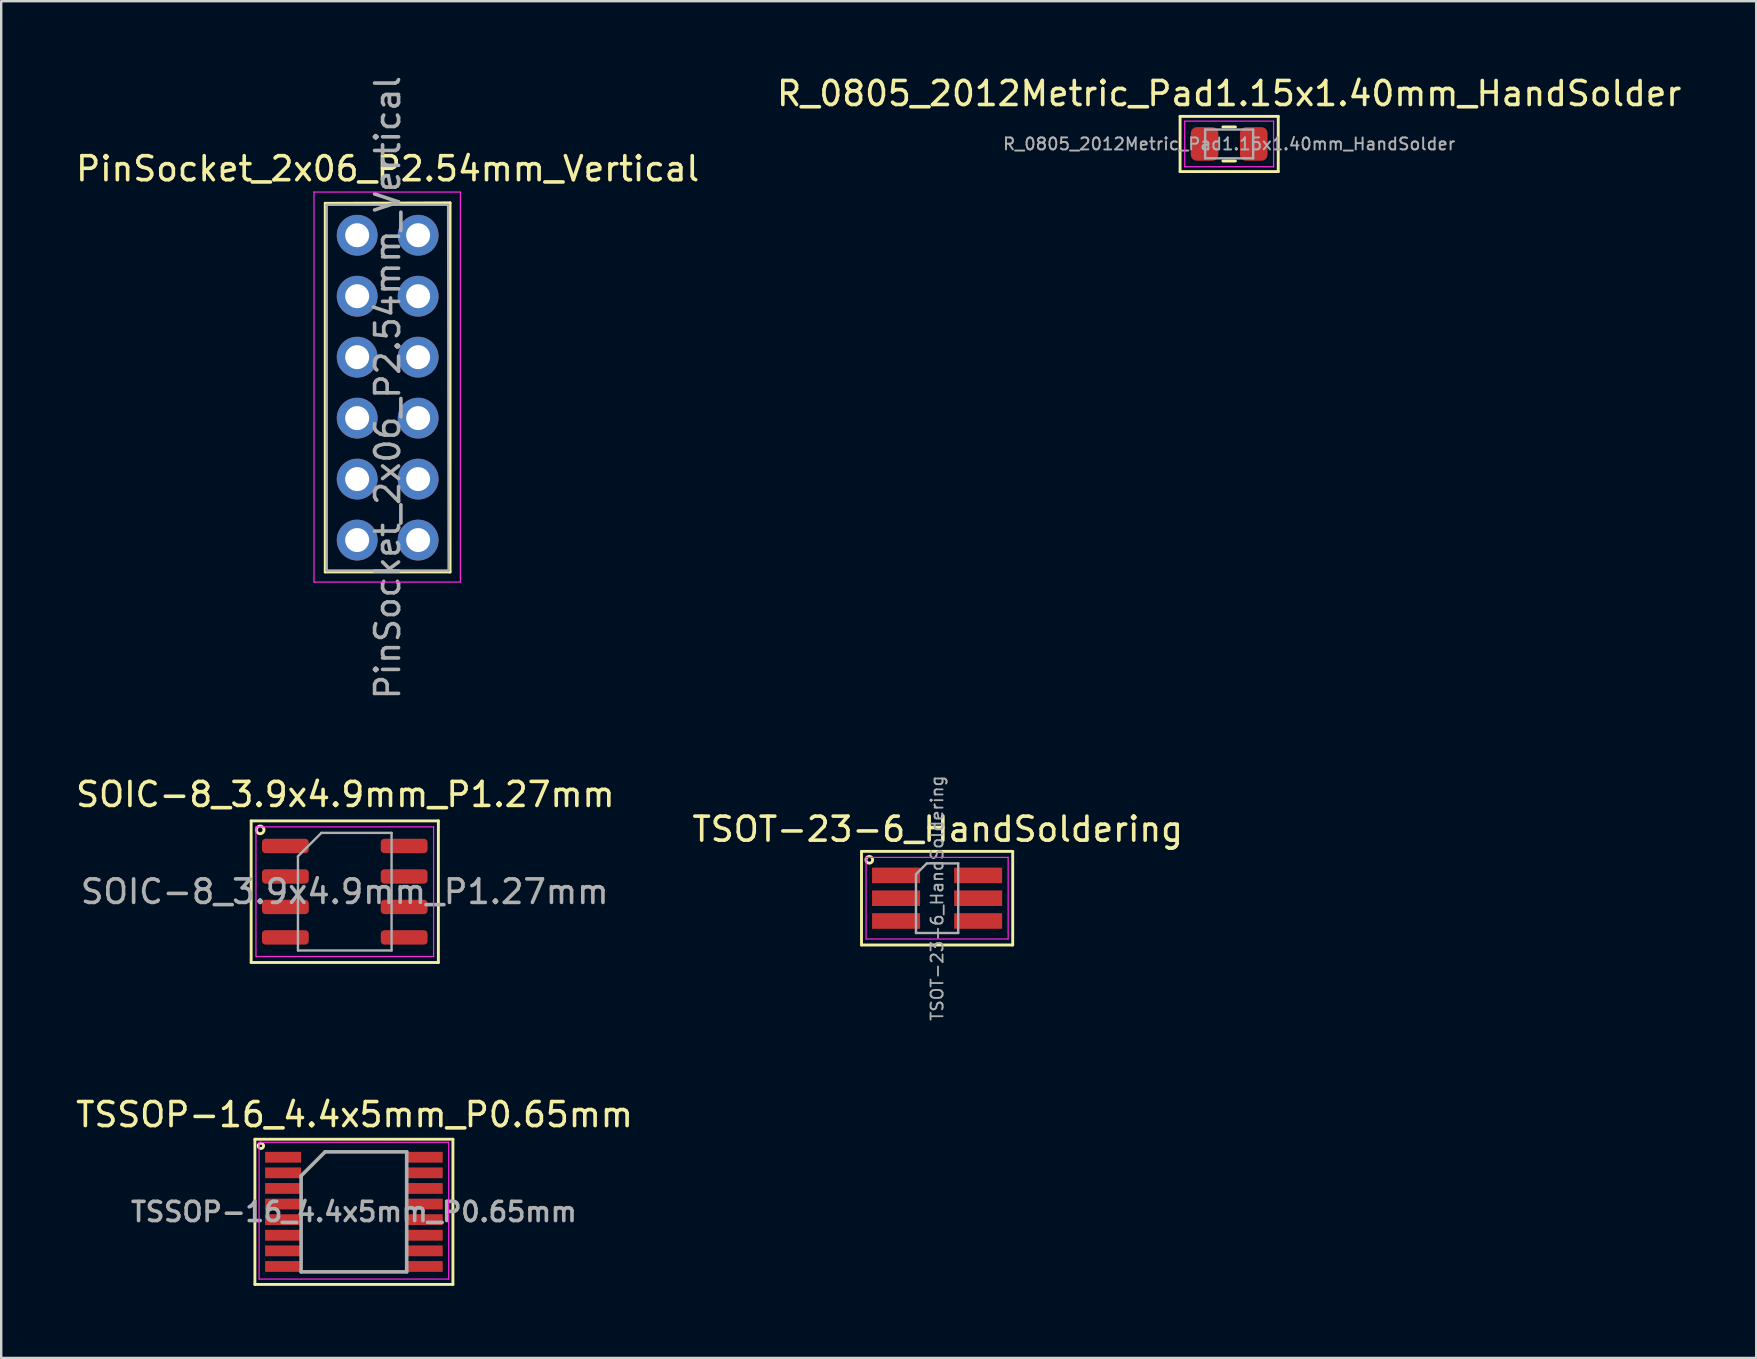
<source format=kicad_pcb>
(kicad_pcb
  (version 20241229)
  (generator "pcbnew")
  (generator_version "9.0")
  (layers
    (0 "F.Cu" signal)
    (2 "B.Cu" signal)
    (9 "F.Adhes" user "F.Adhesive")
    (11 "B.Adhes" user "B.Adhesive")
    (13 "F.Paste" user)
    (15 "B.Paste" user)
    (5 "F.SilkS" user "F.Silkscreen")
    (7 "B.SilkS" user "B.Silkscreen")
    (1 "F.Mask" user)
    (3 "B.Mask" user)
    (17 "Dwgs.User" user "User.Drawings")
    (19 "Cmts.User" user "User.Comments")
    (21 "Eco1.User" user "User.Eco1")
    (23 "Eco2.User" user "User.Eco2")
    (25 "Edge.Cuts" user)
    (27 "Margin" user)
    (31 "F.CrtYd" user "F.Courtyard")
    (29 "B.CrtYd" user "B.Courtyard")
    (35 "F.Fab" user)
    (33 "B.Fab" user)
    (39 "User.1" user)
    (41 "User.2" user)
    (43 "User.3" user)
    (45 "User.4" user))
  (footprint "TSOT-23-6_HandSoldering"
    (layer "F.Cu")
    (at 35.993 34.372)
    (property "Reference" "TSOT-23-6_HandSoldering" (at 0.025 -2.875 0) (layer "F.SilkS") (effects (font (size 1 1) (thickness 0.15))))
    (attr smd)
    (fp_line (start -3.15 -1.95) (end -3.15 1.95) (stroke (width 0.12) (type solid)) (layer "F.SilkS"))
    (fp_line (start -3.15 -1.95) (end 3.15 -1.95) (stroke (width 0.12) (type solid)) (layer "F.SilkS"))
    (fp_line (start -3.15 1.95) (end 3.15 1.95) (stroke (width 0.12) (type solid)) (layer "F.SilkS"))
    (fp_line (start 3.15 -1.95) (end 3.15 1.95) (stroke (width 0.12) (type solid)) (layer "F.SilkS"))
    (fp_circle (center -2.825 -1.6) (end -2.725 -1.5) (stroke (width 0.12) (type solid)) (fill no) (layer "F.SilkS"))
    (fp_line (start -2.96 -1.7) (end -2.96 1.7) (stroke (width 0.05) (type solid)) (layer "F.CrtYd"))
    (fp_line (start -2.96 -1.7) (end 2.96 -1.7) (stroke (width 0.05) (type solid)) (layer "F.CrtYd"))
    (fp_line (start 2.96 1.7) (end -2.96 1.7) (stroke (width 0.05) (type solid)) (layer "F.CrtYd"))
    (fp_line (start 2.96 1.7) (end 2.96 -1.7) (stroke (width 0.05) (type solid)) (layer "F.CrtYd"))
    (fp_line (start -0.88 -1) (end -0.88 1.45) (stroke (width 0.1) (type solid)) (layer "F.Fab"))
    (fp_line (start -0.88 -1) (end -0.43 -1.45) (stroke (width 0.1) (type solid)) (layer "F.Fab"))
    (fp_line (start 0.88 -1.45) (end -0.43 -1.45) (stroke (width 0.1) (type solid)) (layer "F.Fab"))
    (fp_line (start 0.88 -1.45) (end 0.88 1.45) (stroke (width 0.1) (type solid)) (layer "F.Fab"))
    (fp_line (start 0.88 1.45) (end -0.88 1.45) (stroke (width 0.1) (type solid)) (layer "F.Fab"))
    (fp_text user "${REFERENCE}" (at 0 0 90) (layer "F.Fab") (effects (font (size 0.5 0.5) (thickness 0.075))))
    (pad "1" smd rect (at -1.71 -0.95) (size 2 0.65) (layers "F.Cu" "F.Mask" "F.Paste"))
    (pad "2" smd rect (at -1.71 0) (size 2 0.65) (layers "F.Cu" "F.Mask" "F.Paste"))
    (pad "3" smd rect (at -1.71 0.95) (size 2 0.65) (layers "F.Cu" "F.Mask" "F.Paste"))
    (pad "4" smd rect (at 1.71 0.95) (size 2 0.65) (layers "F.Cu" "F.Mask" "F.Paste"))
    (pad "5" smd rect (at 1.71 0) (size 2 0.65) (layers "F.Cu" "F.Mask" "F.Paste"))
    (pad "6" smd rect (at 1.71 -0.95) (size 2 0.65) (layers "F.Cu" "F.Mask" "F.Paste")))
  (footprint "TSSOP-16_4.4x5mm_P0.65mm"
    (layer "F.Cu")
    (at 11.695 47.44)
    (property "Reference" "TSSOP-16_4.4x5mm_P0.65mm" (at 0.025 -4.05 0) (layer "F.SilkS") (effects (font (size 1 1) (thickness 0.15))))
    (attr smd)
    (fp_line (start -4.125 -3.025) (end -4.125 3.025) (stroke (width 0.12) (type solid)) (layer "F.SilkS"))
    (fp_line (start -4.125 -3.025) (end 4.125 -3.025) (stroke (width 0.12) (type solid)) (layer "F.SilkS"))
    (fp_line (start -4.125 3.025) (end 4.125 3.025) (stroke (width 0.12) (type solid)) (layer "F.SilkS"))
    (fp_line (start 4.125 -3.025) (end 4.125 3.025) (stroke (width 0.12) (type solid)) (layer "F.SilkS"))
    (fp_circle (center -3.875 -2.75) (end -3.825 -2.65) (stroke (width 0.12) (type solid)) (fill no) (layer "F.SilkS"))
    (fp_line (start -3.95 -2.9) (end -3.95 2.8) (stroke (width 0.05) (type solid)) (layer "F.CrtYd"))
    (fp_line (start -3.95 -2.9) (end 3.95 -2.9) (stroke (width 0.05) (type solid)) (layer "F.CrtYd"))
    (fp_line (start -3.95 2.8) (end 3.95 2.8) (stroke (width 0.05) (type solid)) (layer "F.CrtYd"))
    (fp_line (start 3.95 -2.9) (end 3.95 2.8) (stroke (width 0.05) (type solid)) (layer "F.CrtYd"))
    (fp_line (start -2.2 -1.5) (end -1.2 -2.5) (stroke (width 0.15) (type solid)) (layer "F.Fab"))
    (fp_line (start -2.2 2.5) (end -2.2 -1.5) (stroke (width 0.15) (type solid)) (layer "F.Fab"))
    (fp_line (start -1.2 -2.5) (end 2.2 -2.5) (stroke (width 0.15) (type solid)) (layer "F.Fab"))
    (fp_line (start 2.2 -2.5) (end 2.2 2.5) (stroke (width 0.15) (type solid)) (layer "F.Fab"))
    (fp_line (start 2.2 2.5) (end -2.2 2.5) (stroke (width 0.15) (type solid)) (layer "F.Fab"))
    (fp_text user "${REFERENCE}" (at 0 0 0) (layer "F.Fab") (effects (font (size 0.8 0.8) (thickness 0.15))))
    (pad "1" smd rect (at -2.95 -2.275) (size 1.5 0.45) (layers "F.Cu" "F.Mask" "F.Paste"))
    (pad "2" smd rect (at -2.95 -1.625) (size 1.5 0.45) (layers "F.Cu" "F.Mask" "F.Paste"))
    (pad "3" smd rect (at -2.95 -0.975) (size 1.5 0.45) (layers "F.Cu" "F.Mask" "F.Paste"))
    (pad "4" smd rect (at -2.95 -0.325) (size 1.5 0.45) (layers "F.Cu" "F.Mask" "F.Paste"))
    (pad "5" smd rect (at -2.95 0.325) (size 1.5 0.45) (layers "F.Cu" "F.Mask" "F.Paste"))
    (pad "6" smd rect (at -2.95 0.975) (size 1.5 0.45) (layers "F.Cu" "F.Mask" "F.Paste"))
    (pad "7" smd rect (at -2.95 1.625) (size 1.5 0.45) (layers "F.Cu" "F.Mask" "F.Paste"))
    (pad "8" smd rect (at -2.95 2.275) (size 1.5 0.45) (layers "F.Cu" "F.Mask" "F.Paste"))
    (pad "9" smd rect (at 2.95 2.275) (size 1.5 0.45) (layers "F.Cu" "F.Mask" "F.Paste"))
    (pad "10" smd rect (at 2.95 1.625) (size 1.5 0.45) (layers "F.Cu" "F.Mask" "F.Paste"))
    (pad "11" smd rect (at 2.95 0.975) (size 1.5 0.45) (layers "F.Cu" "F.Mask" "F.Paste"))
    (pad "12" smd rect (at 2.95 0.325) (size 1.5 0.45) (layers "F.Cu" "F.Mask" "F.Paste"))
    (pad "13" smd rect (at 2.95 -0.325) (size 1.5 0.45) (layers "F.Cu" "F.Mask" "F.Paste"))
    (pad "14" smd rect (at 2.95 -0.975) (size 1.5 0.45) (layers "F.Cu" "F.Mask" "F.Paste"))
    (pad "15" smd rect (at 2.95 -1.625) (size 1.5 0.45) (layers "F.Cu" "F.Mask" "F.Paste"))
    (pad "16" smd rect (at 2.95 -2.275) (size 1.5 0.45) (layers "F.Cu" "F.Mask" "F.Paste")))
  (footprint "PinSocket_2x06_P2.54mm_Vertical"
    (layer "F.Cu")
    (at 14.371 6.751)
    (property "Reference" "PinSocket_2x06_P2.54mm_Vertical" (at -1.27 -2.77 0) (layer "F.SilkS") (effects (font (size 1 1) (thickness 0.15))))
    (attr through_hole)
    (fp_line (start -3.87 -1.33) (end -3.87 14.03) (stroke (width 0.12) (type solid)) (layer "F.SilkS"))
    (fp_line (start -3.87 -1.33) (end 1.33 -1.35) (stroke (width 0.12) (type solid)) (layer "F.SilkS"))
    (fp_line (start -3.87 14.03) (end 1.33 14.03) (stroke (width 0.12) (type solid)) (layer "F.SilkS"))
    (fp_line (start 1.33 -1.35) (end 1.33 14.03) (stroke (width 0.12) (type solid)) (layer "F.SilkS"))
    (fp_line (start -4.34 -1.8) (end 1.76 -1.8) (stroke (width 0.05) (type solid)) (layer "F.CrtYd"))
    (fp_line (start -4.34 14.45) (end -4.34 -1.8) (stroke (width 0.05) (type solid)) (layer "F.CrtYd"))
    (fp_line (start 1.76 -1.8) (end 1.76 14.45) (stroke (width 0.05) (type solid)) (layer "F.CrtYd"))
    (fp_line (start 1.76 14.45) (end -4.34 14.45) (stroke (width 0.05) (type solid)) (layer "F.CrtYd"))
    (fp_line (start -3.81 -1.27) (end 1.25 -1.27) (stroke (width 0.1) (type solid)) (layer "F.Fab"))
    (fp_line (start -3.81 13.97) (end -3.81 -1.27) (stroke (width 0.1) (type solid)) (layer "F.Fab"))
    (fp_line (start 1.25 -1.27) (end 1.27 13.97) (stroke (width 0.1) (type solid)) (layer "F.Fab"))
    (fp_line (start 1.27 13.97) (end -3.81 13.97) (stroke (width 0.1) (type solid)) (layer "F.Fab"))
    (fp_text user "${REFERENCE}" (at -1.27 6.35 90) (layer "F.Fab") (effects (font (size 1 1) (thickness 0.15))))
    (pad "1" thru_hole circle (at -2.54 0) (size 1.7 1.7) (drill 1) (layers "*.Cu" "*.Mask"))
    (pad "2" thru_hole circle (at -2.54 2.54) (size 1.7 1.7) (drill 1) (layers "*.Cu" "*.Mask"))
    (pad "3" thru_hole circle (at -2.54 5.08) (size 1.7 1.7) (drill 1) (layers "*.Cu" "*.Mask"))
    (pad "4" thru_hole circle (at -2.54 7.62) (size 1.7 1.7) (drill 1) (layers "*.Cu" "*.Mask"))
    (pad "5" thru_hole circle (at -2.54 10.16) (size 1.7 1.7) (drill 1) (layers "*.Cu" "*.Mask"))
    (pad "6" thru_hole circle (at -2.54 12.7) (size 1.7 1.7) (drill 1) (layers "*.Cu" "*.Mask"))
    (pad "7" thru_hole oval (at 0 12.7) (size 1.7 1.7) (drill 1) (layers "*.Cu" "*.Mask"))
    (pad "8" thru_hole oval (at 0 10.16) (size 1.7 1.7) (drill 1) (layers "*.Cu" "*.Mask"))
    (pad "9" thru_hole oval (at 0 7.62) (size 1.7 1.7) (drill 1) (layers "*.Cu" "*.Mask"))
    (pad "10" thru_hole oval (at 0 5.08) (size 1.7 1.7) (drill 1) (layers "*.Cu" "*.Mask"))
    (pad "11" thru_hole oval (at 0 2.54) (size 1.7 1.7) (drill 1) (layers "*.Cu" "*.Mask"))
    (pad "12" thru_hole circle (at 0 0) (size 1.7 1.7) (drill 1) (layers "*.Cu" "*.Mask")))
  (footprint "R_0805_2012Metric_Pad1.15x1.40mm_HandSolder"
    (layer "F.Cu")
    (at 48.161 2.948)
    (property "Reference" "R_0805_2012Metric_Pad1.15x1.40mm_HandSolder" (at 0 -2.1 0) (layer "F.SilkS") (effects (font (size 1 1) (thickness 0.15))))
    (attr smd)
    (fp_line (start -2.045 -1.15) (end -2.045 1.15) (stroke (width 0.12) (type solid)) (layer "F.SilkS"))
    (fp_line (start -2.045 -1.15) (end 2.045 -1.15) (stroke (width 0.12) (type solid)) (layer "F.SilkS"))
    (fp_line (start -2.045 1.15) (end 2.045 1.15) (stroke (width 0.12) (type solid)) (layer "F.SilkS"))
    (fp_line (start -0.261 -0.71) (end 0.261 -0.71) (stroke (width 0.12) (type solid)) (layer "F.SilkS"))
    (fp_line (start -0.261 0.71) (end 0.261 0.71) (stroke (width 0.12) (type solid)) (layer "F.SilkS"))
    (fp_line (start 2.045 -1.15) (end 2.045 1.15) (stroke (width 0.12) (type solid)) (layer "F.SilkS"))
    (fp_line (start -1.85 -0.95) (end 1.85 -0.95) (stroke (width 0.05) (type solid)) (layer "F.CrtYd"))
    (fp_line (start -1.85 0.95) (end -1.85 -0.95) (stroke (width 0.05) (type solid)) (layer "F.CrtYd"))
    (fp_line (start 1.85 -0.95) (end 1.85 0.95) (stroke (width 0.05) (type solid)) (layer "F.CrtYd"))
    (fp_line (start 1.85 0.95) (end -1.85 0.95) (stroke (width 0.05) (type solid)) (layer "F.CrtYd"))
    (fp_line (start -1 -0.6) (end 1 -0.6) (stroke (width 0.1) (type solid)) (layer "F.Fab"))
    (fp_line (start -1 0.6) (end -1 -0.6) (stroke (width 0.1) (type solid)) (layer "F.Fab"))
    (fp_line (start 1 -0.6) (end 1 0.6) (stroke (width 0.1) (type solid)) (layer "F.Fab"))
    (fp_line (start 1 0.6) (end -1 0.6) (stroke (width 0.1) (type solid)) (layer "F.Fab"))
    (fp_text user "${REFERENCE}" (at 0 0 0) (layer "F.Fab") (effects (font (size 0.5 0.5) (thickness 0.08))))
    (pad "1" smd roundrect (at -1.025 0) (size 1.15 1.4) (layers "F.Cu" "F.Mask" "F.Paste") (roundrect_rratio 0.217))
    (pad "2" smd roundrect (at 1.025 0) (size 1.15 1.4) (layers "F.Cu" "F.Mask" "F.Paste") (roundrect_rratio 0.217)))
  (footprint "SOIC-8_3.9x4.9mm_P1.27mm"
    (layer "F.Cu")
    (at 11.314 34.101)
    (property "Reference" "SOIC-8_3.9x4.9mm_P1.27mm" (at 0.025 -4.05 0) (layer "F.SilkS") (effects (font (size 1 1) (thickness 0.15))))
    (attr smd)
    (fp_line (start -3.9 -2.95) (end -3.9 2.95) (stroke (width 0.12) (type solid)) (layer "F.SilkS"))
    (fp_line (start -3.9 2.95) (end 3.9 2.95) (stroke (width 0.12) (type solid)) (layer "F.SilkS"))
    (fp_line (start 3.9 -2.95) (end -3.9 -2.95) (stroke (width 0.12) (type solid)) (layer "F.SilkS"))
    (fp_line (start 3.9 -2.95) (end 3.9 2.95) (stroke (width 0.12) (type solid)) (layer "F.SilkS"))
    (fp_circle (center -3.525 -2.575) (end -3.425 -2.45) (stroke (width 0.12) (type solid)) (fill no) (layer "F.SilkS"))
    (fp_line (start -3.7 -2.7) (end -3.7 2.7) (stroke (width 0.05) (type solid)) (layer "F.CrtYd"))
    (fp_line (start -3.7 2.7) (end 3.7 2.7) (stroke (width 0.05) (type solid)) (layer "F.CrtYd"))
    (fp_line (start 3.7 -2.7) (end -3.7 -2.7) (stroke (width 0.05) (type solid)) (layer "F.CrtYd"))
    (fp_line (start 3.7 2.7) (end 3.7 -2.7) (stroke (width 0.05) (type solid)) (layer "F.CrtYd"))
    (fp_line (start -1.95 -1.475) (end -0.975 -2.45) (stroke (width 0.1) (type solid)) (layer "F.Fab"))
    (fp_line (start -1.95 2.45) (end -1.95 -1.475) (stroke (width 0.1) (type solid)) (layer "F.Fab"))
    (fp_line (start -0.975 -2.45) (end 1.95 -2.45) (stroke (width 0.1) (type solid)) (layer "F.Fab"))
    (fp_line (start 1.95 -2.45) (end 1.95 2.45) (stroke (width 0.1) (type solid)) (layer "F.Fab"))
    (fp_line (start 1.95 2.45) (end -1.95 2.45) (stroke (width 0.1) (type solid)) (layer "F.Fab"))
    (fp_text user "${REFERENCE}" (at 0 0 0) (layer "F.Fab") (effects (font (size 0.98 0.98) (thickness 0.15))))
    (pad "1" smd roundrect (at -2.475 -1.905) (size 1.95 0.6) (layers "F.Cu" "F.Mask" "F.Paste") (roundrect_rratio 0.25))
    (pad "2" smd roundrect (at -2.475 -0.635) (size 1.95 0.6) (layers "F.Cu" "F.Mask" "F.Paste") (roundrect_rratio 0.25))
    (pad "3" smd roundrect (at -2.475 0.635) (size 1.95 0.6) (layers "F.Cu" "F.Mask" "F.Paste") (roundrect_rratio 0.25))
    (pad "4" smd roundrect (at -2.475 1.905) (size 1.95 0.6) (layers "F.Cu" "F.Mask" "F.Paste") (roundrect_rratio 0.25))
    (pad "5" smd roundrect (at 2.475 1.905) (size 1.95 0.6) (layers "F.Cu" "F.Mask" "F.Paste") (roundrect_rratio 0.25))
    (pad "6" smd roundrect (at 2.475 0.635) (size 1.95 0.6) (layers "F.Cu" "F.Mask" "F.Paste") (roundrect_rratio 0.25))
    (pad "7" smd roundrect (at 2.475 -0.635) (size 1.95 0.6) (layers "F.Cu" "F.Mask" "F.Paste") (roundrect_rratio 0.25))
    (pad "8" smd roundrect (at 2.475 -1.905) (size 1.95 0.6) (layers "F.Cu" "F.Mask" "F.Paste") (roundrect_rratio 0.25)))
  (gr_rect
    (start -3 -3)
    (end 70.119 53.525)
    (stroke (width 0.1) (type default))
    (fill no)
    (layer "Edge.Cuts")))
</source>
